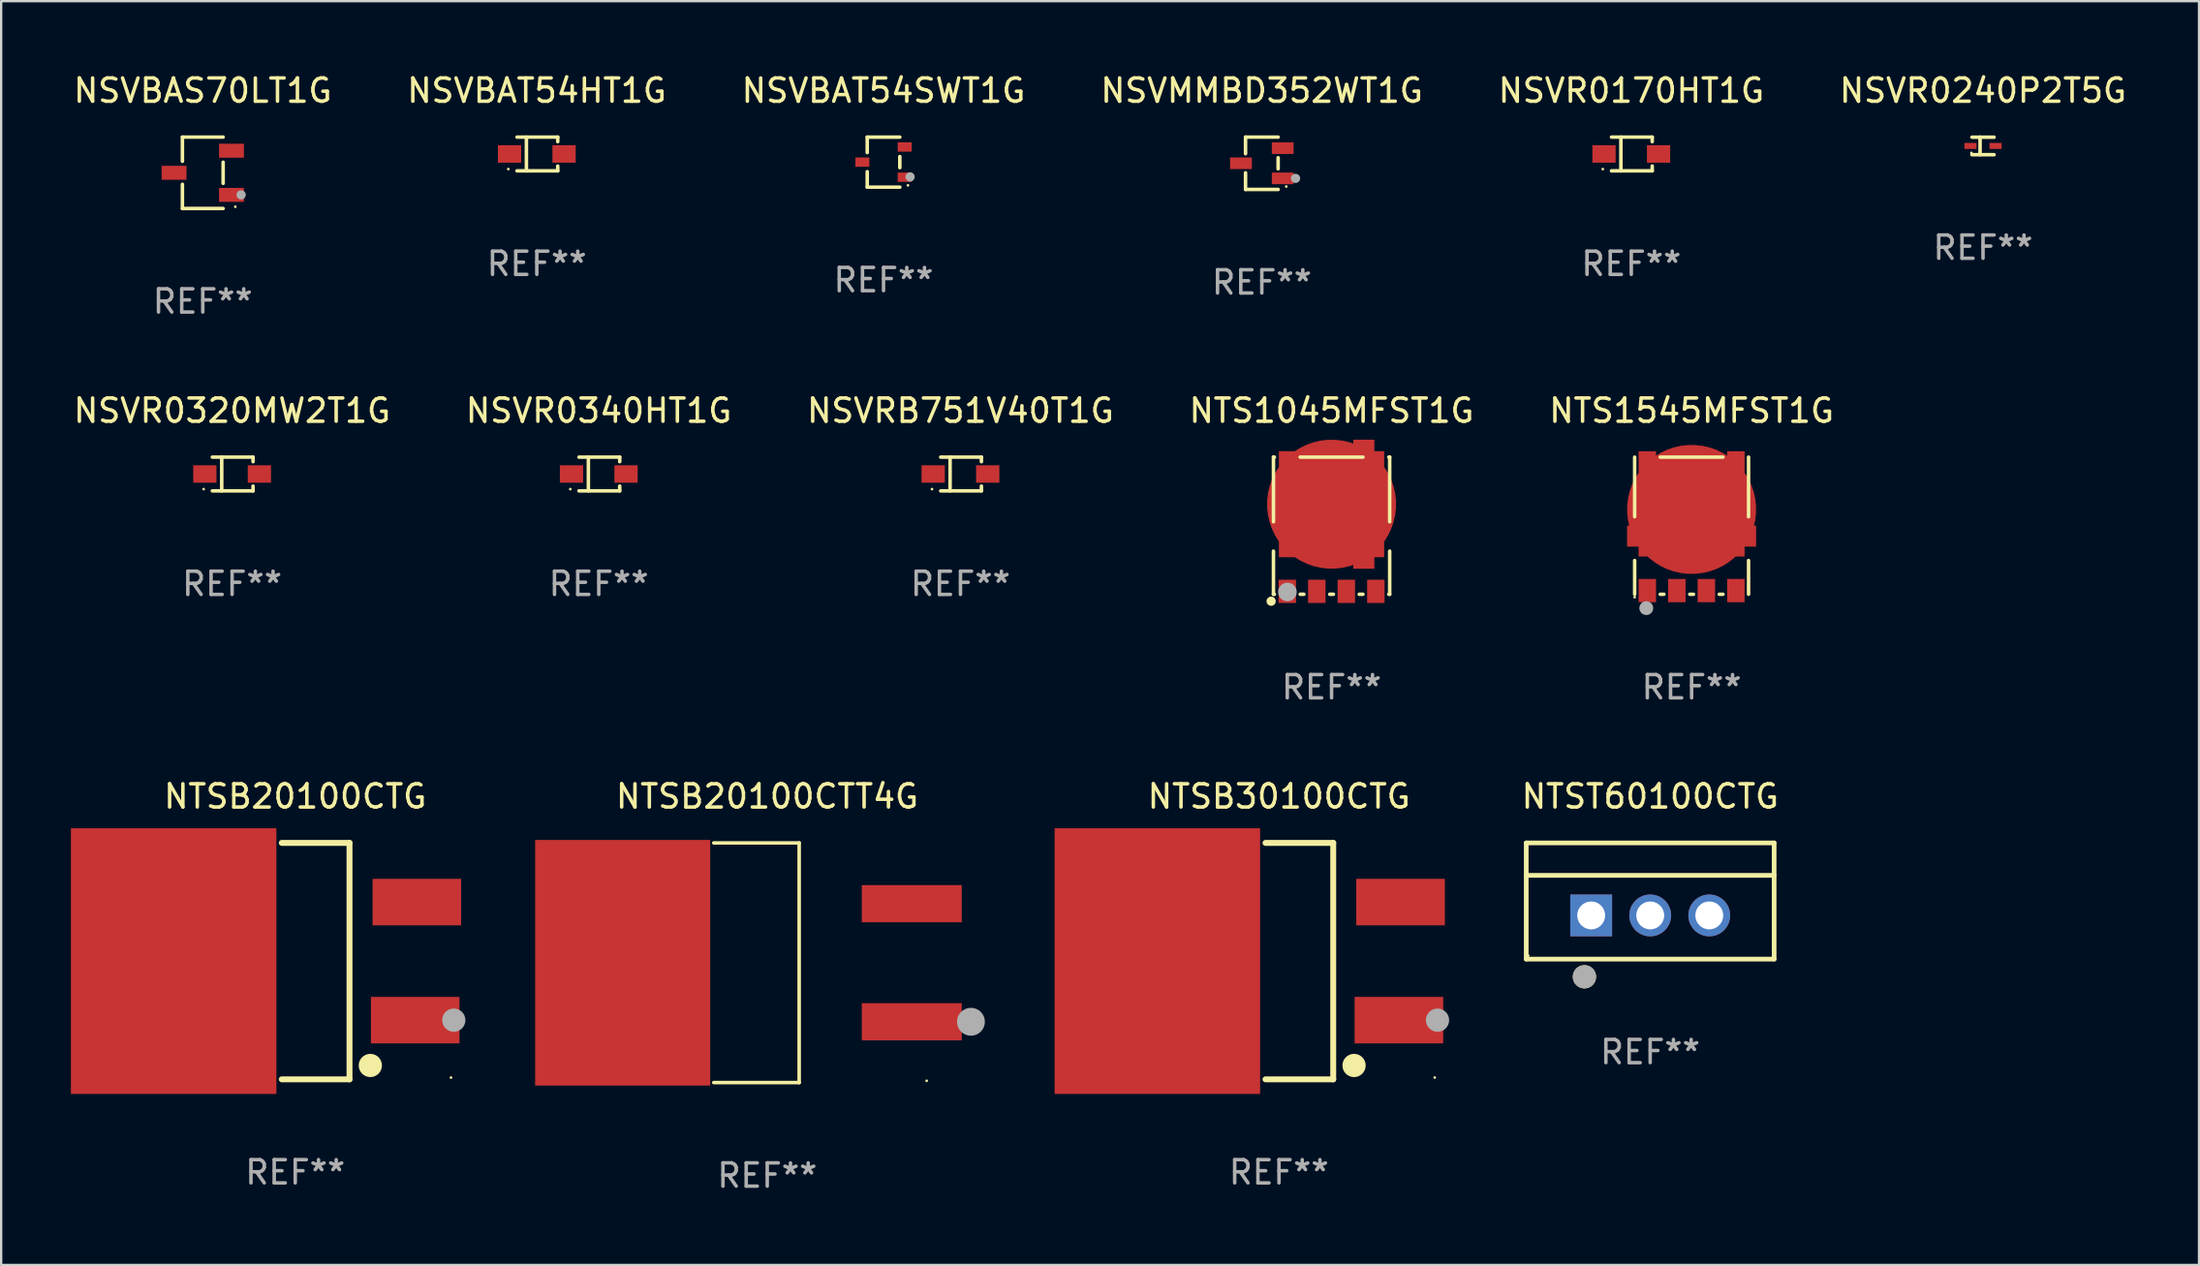
<source format=kicad_pcb>
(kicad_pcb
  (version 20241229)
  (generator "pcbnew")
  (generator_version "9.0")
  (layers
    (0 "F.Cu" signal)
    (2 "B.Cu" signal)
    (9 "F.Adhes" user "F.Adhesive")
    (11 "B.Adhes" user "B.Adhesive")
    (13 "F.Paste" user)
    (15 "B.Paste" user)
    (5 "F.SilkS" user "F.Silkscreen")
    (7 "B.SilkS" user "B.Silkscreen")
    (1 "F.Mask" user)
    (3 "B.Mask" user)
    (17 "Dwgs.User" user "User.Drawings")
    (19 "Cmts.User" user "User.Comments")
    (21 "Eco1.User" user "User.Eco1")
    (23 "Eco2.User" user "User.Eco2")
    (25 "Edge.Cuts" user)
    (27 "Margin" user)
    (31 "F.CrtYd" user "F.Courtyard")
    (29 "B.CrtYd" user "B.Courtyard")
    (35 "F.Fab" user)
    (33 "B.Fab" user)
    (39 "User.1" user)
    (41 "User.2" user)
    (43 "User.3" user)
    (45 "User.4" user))
  (footprint "NSVR0320MW2T1G"
    (layer "F.Cu")
    (at 6.935 17.343)
    (property "Reference" "NSVR0320MW2T1G" (at 0 -2.726 0) (layer "F.SilkS") (effects (font (size 1 1) (thickness 0.15))))
    (attr through_hole)
    (fp_line (start -0.851 -0.726) (end 0.901 -0.726) (stroke (width 0.152) (type solid)) (layer "F.SilkS"))
    (fp_line (start -0.851 0.726) (end 0.901 0.726) (stroke (width 0.152) (type solid)) (layer "F.SilkS"))
    (fp_line (start -0.447 -0.726) (end -0.447 0.726) (stroke (width 0.152) (type solid)) (layer "F.SilkS"))
    (fp_line (start 0.901 -0.726) (end 0.901 -0.53) (stroke (width 0.152) (type solid)) (layer "F.SilkS"))
    (fp_line (start 0.901 0.726) (end 0.901 0.52) (stroke (width 0.152) (type solid)) (layer "F.SilkS"))
    (fp_circle (center -1.225 0.65) (end -1.195 0.65) (stroke (width 0.06) (type solid)) (fill no) (layer "F.SilkS"))
    (fp_text user "REF**" (at 0 4.726 0) (layer "F.Fab") (effects (font (size 1 1) (thickness 0.15))))
    (pad "1" smd rect (at -1.173 0) (size 1 0.75) (layers "F.Cu" "F.Mask" "F.Paste"))
    (pad "2" smd rect (at 1.173 0) (size 1 0.75) (layers "F.Cu" "F.Mask" "F.Paste")))
  (footprint "NTS1045MFST1G"
    (layer "F.Cu")
    (at 54.232 19.567)
    (property "Reference" "NTS1045MFST1G" (at 0 -4.95 0) (layer "F.SilkS") (effects (font (size 1 1) (thickness 0.15))))
    (attr through_hole)
    (fp_line (start -2.5 -2.95) (end -2.46 -2.95) (stroke (width 0.152) (type solid)) (layer "F.SilkS"))
    (fp_line (start -2.5 -0.17) (end -2.5 -2.95) (stroke (width 0.152) (type solid)) (layer "F.SilkS"))
    (fp_line (start -2.5 2.95) (end -2.5 1.095) (stroke (width 0.152) (type solid)) (layer "F.SilkS"))
    (fp_line (start -2.46 2.95) (end -2.5 2.95) (stroke (width 0.152) (type solid)) (layer "F.SilkS"))
    (fp_line (start -1.35 -2.95) (end 1.35 -2.95) (stroke (width 0.152) (type solid)) (layer "F.SilkS"))
    (fp_line (start -1.19 2.95) (end -1.35 2.95) (stroke (width 0.152) (type solid)) (layer "F.SilkS"))
    (fp_line (start 0.08 2.95) (end -0.08 2.95) (stroke (width 0.152) (type solid)) (layer "F.SilkS"))
    (fp_line (start 1.35 2.95) (end 1.19 2.95) (stroke (width 0.152) (type solid)) (layer "F.SilkS"))
    (fp_line (start 2.46 -2.95) (end 2.5 -2.95) (stroke (width 0.152) (type solid)) (layer "F.SilkS"))
    (fp_line (start 2.5 -2.95) (end 2.5 -0.17) (stroke (width 0.152) (type solid)) (layer "F.SilkS"))
    (fp_line (start 2.5 1.095) (end 2.5 2.95) (stroke (width 0.152) (type solid)) (layer "F.SilkS"))
    (fp_line (start 2.5 2.95) (end 2.46 2.95) (stroke (width 0.152) (type solid)) (layer "F.SilkS"))
    (fp_circle (center -2.6 3.25) (end -2.5 3.25) (stroke (width 0.2) (type solid)) (fill no) (layer "F.SilkS"))
    (fp_circle (center -2.575 3.123) (end -2.545 3.123) (stroke (width 0.06) (type solid)) (fill no) (layer "F.SilkS"))
    (fp_circle (center -1.9 2.85) (end -1.7 2.85) (stroke (width 0.4) (type solid)) (fill no) (layer "F.Fab"))
    (fp_text user "REF**" (at 0 6.95 0) (layer "F.Fab") (effects (font (size 1 1) (thickness 0.15))))
    (pad "1" smd rect (at -1.905 2.825) (size 0.75 1) (layers "F.Cu" "F.Mask" "F.Paste"))
    (pad "2" smd rect (at -0.635 2.825) (size 0.75 1) (layers "F.Cu" "F.Mask" "F.Paste"))
    (pad "3" smd rect (at 0.635 2.825) (size 0.75 1) (layers "F.Cu" "F.Mask" "F.Paste"))
    (pad "4" smd rect (at 1.905 2.825) (size 0.75 1) (layers "F.Cu" "F.Mask" "F.Paste"))
    (pad "5" smd custom (at 0 -0.925 90) (size 5.55 4.53) (layers "F.Cu" "F.Mask" "F.Paste") (options (anchor circle)) (primitives (gr_poly (pts (xy -2.28 2.265) (xy -2.28 1.84) (xy -2.775 1.84) (xy -2.775 0.935) (xy -2.28 0.935) (xy -2.28 -2.265) (xy -1.53 -2.265) (xy -1.53 -1.765) (xy 1.53 -1.765) (xy 1.53 -2.265) (xy 2.28 -2.265) (xy 2.28 0.935) (xy 2.775 0.935) (xy 2.775 1.84) (xy 2.28 1.84) (xy 2.28 2.265)) (width 0) (fill yes)))))
  (footprint "NSVBAT54SWT1G"
    (layer "F.Cu")
    (at 34.958 3.925)
    (property "Reference" "NSVBAT54SWT1G" (at 0 -3.076 0) (layer "F.SilkS") (effects (font (size 1 1) (thickness 0.15))))
    (attr through_hole)
    (fp_line (start -0.701 -1.076) (end -0.701 -0.411) (stroke (width 0.152) (type solid)) (layer "F.SilkS"))
    (fp_line (start -0.701 1.076) (end -0.701 0.411) (stroke (width 0.152) (type solid)) (layer "F.SilkS"))
    (fp_line (start 0.701 -1.076) (end -0.701 -1.076) (stroke (width 0.152) (type solid)) (layer "F.SilkS"))
    (fp_line (start 0.701 -0.239) (end 0.701 0.239) (stroke (width 0.152) (type solid)) (layer "F.SilkS"))
    (fp_line (start 0.701 1.076) (end -0.701 1.076) (stroke (width 0.152) (type solid)) (layer "F.SilkS"))
    (fp_circle (center 1.05 1) (end 1.08 1) (stroke (width 0.06) (type solid)) (fill no) (layer "F.SilkS"))
    (fp_circle (center 1.143 0.635) (end 1.243 0.635) (stroke (width 0.2) (type solid)) (fill no) (layer "F.Fab"))
    (fp_text user "REF**" (at 0 5.076 0) (layer "F.Fab") (effects (font (size 1 1) (thickness 0.15))))
    (pad "1" smd rect (at 0.91 0.65) (size 0.6 0.4) (layers "F.Cu" "F.Mask" "F.Paste"))
    (pad "2" smd rect (at 0.91 -0.65) (size 0.6 0.4) (layers "F.Cu" "F.Mask" "F.Paste"))
    (pad "3" smd rect (at -0.91 0) (size 0.6 0.4) (layers "F.Cu" "F.Mask" "F.Paste")))
  (footprint "NTST60100CTG"
    (layer "F.Cu")
    (at 67.938 35.714)
    (property "Reference" "NTST60100CTG" (at 0 -4.5 0) (layer "F.SilkS") (effects (font (size 1 1) (thickness 0.15))))
    (attr through_hole)
    (fp_line (start -5.332 2.5) (end -5.332 -2.5) (stroke (width 0.201) (type solid)) (layer "F.SilkS"))
    (fp_line (start -5.328 -2.5) (end 5.332 -2.5) (stroke (width 0.201) (type solid)) (layer "F.SilkS"))
    (fp_line (start -5.328 -1.104) (end 5.332 -1.104) (stroke (width 0.201) (type solid)) (layer "F.SilkS"))
    (fp_line (start 5.332 -2.5) (end 5.332 2.5) (stroke (width 0.201) (type solid)) (layer "F.SilkS"))
    (fp_line (start 5.332 2.5) (end -5.332 2.5) (stroke (width 0.201) (type solid)) (layer "F.SilkS"))
    (fp_circle (center -5.248 2.35) (end -5.218 2.35) (stroke (width 0.06) (type solid)) (fill no) (layer "F.SilkS"))
    (fp_circle (center -2.828 3.26) (end -2.578 3.26) (stroke (width 0.5) (type solid)) (fill no) (layer "F.SilkS"))
    (fp_circle (center -2.828 3.26) (end -2.578 3.26) (stroke (width 0.5) (type solid)) (fill no) (layer "F.Fab"))
    (fp_text user "REF**" (at 0 6.5 0) (layer "F.Fab") (effects (font (size 1 1) (thickness 0.15))))
    (pad "1" thru_hole rect (at -2.538 0.62) (size 1.8 1.8) (drill 1.2) (layers "*.Cu" "*.Mask"))
    (pad "2" thru_hole circle (at 0.002 0.62) (size 1.8 1.8) (drill 1.2) (layers "*.Cu" "*.Mask"))
    (pad "3" thru_hole circle (at 2.542 0.62) (size 1.8 1.8) (drill 1.2) (layers "*.Cu" "*.Mask")))
  (footprint "NTSB30100CTG"
    (layer "F.Cu")
    (at 51.969 38.3)
    (property "Reference" "NTSB30100CTG" (at 0 -7.086 0) (layer "F.SilkS") (effects (font (size 1 1) (thickness 0.15))))
    (attr through_hole)
    (fp_line (start 2.334 -5.086) (end -0.58 -5.086) (stroke (width 0.254) (type solid)) (layer "F.SilkS"))
    (fp_line (start 2.334 -5.086) (end 2.334 5.086) (stroke (width 0.254) (type solid)) (layer "F.SilkS"))
    (fp_line (start 2.334 5.086) (end -0.58 5.086) (stroke (width 0.254) (type solid)) (layer "F.SilkS"))
    (fp_circle (center 3.23 4.49) (end 3.48 4.49) (stroke (width 0.5) (type solid)) (fill no) (layer "F.SilkS"))
    (fp_circle (center 6.7 5.01) (end 6.73 5.01) (stroke (width 0.06) (type solid)) (fill no) (layer "F.SilkS"))
    (fp_circle (center 6.82 2.54) (end 7.07 2.54) (stroke (width 0.5) (type solid)) (fill no) (layer "F.Fab"))
    (fp_text user "REF**" (at 0 9.086 0) (layer "F.Fab") (effects (font (size 1 1) (thickness 0.15))))
    (pad "1" smd rect (at 5.16 2.54) (size 3.81 2) (layers "F.Cu" "F.Mask" "F.Paste"))
    (pad "3" smd rect (at 5.231 -2.54) (size 3.81 2) (layers "F.Cu" "F.Mask" "F.Paste"))
    (pad "4" smd rect (at -5.231 0) (size 8.84 11.43) (layers "F.Cu" "F.Mask" "F.Paste")))
  (footprint "NSVBAS70LT1G"
    (layer "F.Cu")
    (at 5.673 4.384)
    (property "Reference" "NSVBAS70LT1G" (at 0 -3.536 0) (layer "F.SilkS") (effects (font (size 1 1) (thickness 0.15))))
    (attr through_hole)
    (fp_line (start -0.876 -1.536) (end -0.876 -0.495) (stroke (width 0.152) (type solid)) (layer "F.SilkS"))
    (fp_line (start -0.876 1.536) (end -0.876 0.495) (stroke (width 0.152) (type solid)) (layer "F.SilkS"))
    (fp_line (start 0.876 -1.536) (end -0.876 -1.536) (stroke (width 0.152) (type solid)) (layer "F.SilkS"))
    (fp_line (start 0.876 -0.455) (end 0.876 0.455) (stroke (width 0.152) (type solid)) (layer "F.SilkS"))
    (fp_line (start 0.876 1.536) (end -0.876 1.536) (stroke (width 0.152) (type solid)) (layer "F.SilkS"))
    (fp_circle (center 1.4 1.46) (end 1.43 1.46) (stroke (width 0.06) (type solid)) (fill no) (layer "F.SilkS"))
    (fp_circle (center 1.651 0.95) (end 1.751 0.95) (stroke (width 0.2) (type solid)) (fill no) (layer "F.Fab"))
    (fp_text user "REF**" (at 0 5.536 0) (layer "F.Fab") (effects (font (size 1 1) (thickness 0.15))))
    (pad "1" smd rect (at 1.235 0.95) (size 1.07 0.6) (layers "F.Cu" "F.Mask" "F.Paste"))
    (pad "2" smd rect (at 1.235 -0.95) (size 1.07 0.6) (layers "F.Cu" "F.Mask" "F.Paste"))
    (pad "3" smd rect (at -1.235 0) (size 1.07 0.6) (layers "F.Cu" "F.Mask" "F.Paste")))
  (footprint "NSVR0170HT1G"
    (layer "F.Cu")
    (at 67.125 3.574)
    (property "Reference" "NSVR0170HT1G" (at 0 -2.726 0) (layer "F.SilkS") (effects (font (size 1 1) (thickness 0.15))))
    (attr through_hole)
    (fp_line (start -0.851 -0.726) (end 0.901 -0.726) (stroke (width 0.152) (type solid)) (layer "F.SilkS"))
    (fp_line (start -0.851 0.726) (end 0.901 0.726) (stroke (width 0.152) (type solid)) (layer "F.SilkS"))
    (fp_line (start -0.447 -0.726) (end -0.447 0.726) (stroke (width 0.152) (type solid)) (layer "F.SilkS"))
    (fp_line (start 0.901 -0.726) (end 0.901 -0.53) (stroke (width 0.152) (type solid)) (layer "F.SilkS"))
    (fp_line (start 0.901 0.726) (end 0.901 0.52) (stroke (width 0.152) (type solid)) (layer "F.SilkS"))
    (fp_circle (center -1.225 0.65) (end -1.195 0.65) (stroke (width 0.06) (type solid)) (fill no) (layer "F.SilkS"))
    (fp_text user "REF**" (at 0 4.726 0) (layer "F.Fab") (effects (font (size 1 1) (thickness 0.15))))
    (pad "1" smd rect (at -1.173 0) (size 1 0.75) (layers "F.Cu" "F.Mask" "F.Paste"))
    (pad "2" smd rect (at 1.173 0) (size 1 0.75) (layers "F.Cu" "F.Mask" "F.Paste")))
  (footprint "NTSB20100CTT4G"
    (layer "F.Cu")
    (at 29.955 38.37)
    (property "Reference" "NTSB20100CTT4G" (at 0 -7.156 0) (layer "F.SilkS") (effects (font (size 1 1) (thickness 0.15))))
    (attr through_hole)
    (fp_line (start -2.3 -5.156) (end 1.374 -5.156) (stroke (width 0.152) (type solid)) (layer "F.SilkS"))
    (fp_line (start -2.3 5.156) (end 1.374 5.156) (stroke (width 0.152) (type solid)) (layer "F.SilkS"))
    (fp_line (start 1.374 5.156) (end 1.374 -5.156) (stroke (width 0.152) (type solid)) (layer "F.SilkS"))
    (fp_circle (center 6.858 5.08) (end 6.888 5.08) (stroke (width 0.06) (type solid)) (fill no) (layer "F.SilkS"))
    (fp_circle (center 8.763 2.54) (end 9.063 2.54) (stroke (width 0.6) (type solid)) (fill no) (layer "F.Fab"))
    (fp_text user "REF**" (at 0 9.156 0) (layer "F.Fab") (effects (font (size 1 1) (thickness 0.15))))
    (pad "1" smd rect (at 6.218 2.54 180) (size 4.3 1.6) (layers "F.Cu" "F.Mask" "F.Paste"))
    (pad "2" smd rect (at -6.218 0 180) (size 7.532 10.566) (layers "F.Cu" "F.Mask" "F.Paste"))
    (pad "3" smd rect (at 6.218 -2.54 180) (size 4.3 1.6) (layers "F.Cu" "F.Mask" "F.Paste")))
  (footprint "NSVRB751V40T1G"
    (layer "F.Cu")
    (at 38.268 17.343)
    (property "Reference" "NSVRB751V40T1G" (at 0 -2.726 0) (layer "F.SilkS") (effects (font (size 1 1) (thickness 0.15))))
    (attr through_hole)
    (fp_line (start -0.851 -0.726) (end 0.901 -0.726) (stroke (width 0.152) (type solid)) (layer "F.SilkS"))
    (fp_line (start -0.851 0.726) (end 0.901 0.726) (stroke (width 0.152) (type solid)) (layer "F.SilkS"))
    (fp_line (start -0.447 -0.726) (end -0.447 0.726) (stroke (width 0.152) (type solid)) (layer "F.SilkS"))
    (fp_line (start 0.901 -0.726) (end 0.901 -0.53) (stroke (width 0.152) (type solid)) (layer "F.SilkS"))
    (fp_line (start 0.901 0.726) (end 0.901 0.52) (stroke (width 0.152) (type solid)) (layer "F.SilkS"))
    (fp_circle (center -1.225 0.65) (end -1.195 0.65) (stroke (width 0.06) (type solid)) (fill no) (layer "F.SilkS"))
    (fp_text user "REF**" (at 0 4.726 0) (layer "F.Fab") (effects (font (size 1 1) (thickness 0.15))))
    (pad "1" smd rect (at -1.173 0) (size 1 0.75) (layers "F.Cu" "F.Mask" "F.Paste"))
    (pad "2" smd rect (at 1.173 0) (size 1 0.75) (layers "F.Cu" "F.Mask" "F.Paste")))
  (footprint "NTSB20100CTG"
    (layer "F.Cu")
    (at 9.651 38.3)
    (property "Reference" "NTSB20100CTG" (at 0 -7.086 0) (layer "F.SilkS") (effects (font (size 1 1) (thickness 0.15))))
    (attr through_hole)
    (fp_line (start 2.334 -5.086) (end -0.58 -5.086) (stroke (width 0.254) (type solid)) (layer "F.SilkS"))
    (fp_line (start 2.334 -5.086) (end 2.334 5.086) (stroke (width 0.254) (type solid)) (layer "F.SilkS"))
    (fp_line (start 2.334 5.086) (end -0.58 5.086) (stroke (width 0.254) (type solid)) (layer "F.SilkS"))
    (fp_circle (center 3.23 4.49) (end 3.48 4.49) (stroke (width 0.5) (type solid)) (fill no) (layer "F.SilkS"))
    (fp_circle (center 6.7 5.01) (end 6.73 5.01) (stroke (width 0.06) (type solid)) (fill no) (layer "F.SilkS"))
    (fp_circle (center 6.82 2.54) (end 7.07 2.54) (stroke (width 0.5) (type solid)) (fill no) (layer "F.Fab"))
    (fp_text user "REF**" (at 0 9.086 0) (layer "F.Fab") (effects (font (size 1 1) (thickness 0.15))))
    (pad "1" smd rect (at 5.16 2.54) (size 3.81 2) (layers "F.Cu" "F.Mask" "F.Paste"))
    (pad "3" smd rect (at 5.231 -2.54) (size 3.81 2) (layers "F.Cu" "F.Mask" "F.Paste"))
    (pad "4" smd rect (at -5.231 0) (size 8.84 11.43) (layers "F.Cu" "F.Mask" "F.Paste")))
  (footprint "NTS1545MFST1G"
    (layer "F.Cu")
    (at 69.72 19.567)
    (property "Reference" "NTS1545MFST1G" (at 0 -4.95 0) (layer "F.SilkS") (effects (font (size 1 1) (thickness 0.15))))
    (attr through_hole)
    (fp_line (start -2.45 -2.95) (end -2.45 -0.384) (stroke (width 0.15) (type solid)) (layer "F.SilkS"))
    (fp_line (start -2.45 1.497) (end -2.45 2.95) (stroke (width 0.15) (type solid)) (layer "F.SilkS"))
    (fp_line (start -1.351 -2.95) (end 1.351 -2.95) (stroke (width 0.15) (type solid)) (layer "F.SilkS"))
    (fp_line (start -1.351 2.95) (end -1.189 2.95) (stroke (width 0.15) (type solid)) (layer "F.SilkS"))
    (fp_line (start -0.081 2.95) (end 0.081 2.95) (stroke (width 0.15) (type solid)) (layer "F.SilkS"))
    (fp_line (start 1.189 2.95) (end 1.351 2.95) (stroke (width 0.15) (type solid)) (layer "F.SilkS"))
    (fp_line (start 2.45 -2.95) (end 2.45 -0.384) (stroke (width 0.15) (type solid)) (layer "F.SilkS"))
    (fp_line (start 2.45 1.497) (end 2.45 2.95) (stroke (width 0.15) (type solid)) (layer "F.SilkS"))
    (fp_circle (center -2.45 3.075) (end -2.42 3.075) (stroke (width 0.06) (type solid)) (fill no) (layer "F.SilkS"))
    (fp_circle (center -1.95 3.546) (end -1.8 3.546) (stroke (width 0.3) (type solid)) (fill no) (layer "F.Fab"))
    (fp_text user "REF**" (at 0 6.95 0) (layer "F.Fab") (effects (font (size 1 1) (thickness 0.15))))
    (pad "1" smd rect (at -1.905 2.792) (size 0.75 1) (layers "F.Cu" "F.Mask" "F.Paste"))
    (pad "2" smd rect (at -0.635 2.792) (size 0.75 1) (layers "F.Cu" "F.Mask" "F.Paste"))
    (pad "3" smd rect (at 0.635 2.792) (size 0.75 1) (layers "F.Cu" "F.Mask" "F.Paste"))
    (pad "4" smd rect (at 1.905 2.792) (size 0.75 1) (layers "F.Cu" "F.Mask" "F.Paste"))
    (pad "5" smd custom (at 0.000013 -0.7) (size 5.55 4.53) (layers "F.Cu" "F.Mask" "F.Paste") (options (anchor circle)) (primitives (gr_poly (pts (xy -2.28 -2.503) (xy -2.28 0.697) (xy -2.775 0.697) (xy -2.775 1.602) (xy -2.28 1.602) (xy -2.28 2.027) (xy 2.28 2.027) (xy 2.28 1.602) (xy 2.775 1.602) (xy 2.775 0.697) (xy 2.28 0.697) (xy 2.28 -2.503) (xy 1.53 -2.503) (xy 1.53 -2.028) (xy -1.53 -2.028) (xy -1.53 -2.503)) (width 0) (fill yes)))))
  (footprint "NSVMMBD352WT1G"
    (layer "F.Cu")
    (at 51.232 3.974)
    (property "Reference" "NSVMMBD352WT1G" (at 0 -3.126 0) (layer "F.SilkS") (effects (font (size 1 1) (thickness 0.15))))
    (attr through_hole)
    (fp_line (start -0.701 -1.126) (end -0.701 -0.411) (stroke (width 0.152) (type solid)) (layer "F.SilkS"))
    (fp_line (start -0.701 1.126) (end -0.701 0.411) (stroke (width 0.152) (type solid)) (layer "F.SilkS"))
    (fp_line (start 0.701 -1.126) (end -0.701 -1.126) (stroke (width 0.152) (type solid)) (layer "F.SilkS"))
    (fp_line (start 0.701 -0.239) (end 0.701 0.239) (stroke (width 0.152) (type solid)) (layer "F.SilkS"))
    (fp_line (start 0.701 1.126) (end -0.701 1.126) (stroke (width 0.152) (type solid)) (layer "F.SilkS"))
    (fp_circle (center 1.05 1) (end 1.08 1) (stroke (width 0.06) (type solid)) (fill no) (layer "F.SilkS"))
    (fp_circle (center 1.45 0.65) (end 1.55 0.65) (stroke (width 0.2) (type solid)) (fill no) (layer "F.Fab"))
    (fp_text user "REF**" (at 0 5.126 0) (layer "F.Fab") (effects (font (size 1 1) (thickness 0.15))))
    (pad "1" smd rect (at 0.898 0.65) (size 0.936 0.5) (layers "F.Cu" "F.Mask" "F.Paste"))
    (pad "2" smd rect (at 0.898 -0.65) (size 0.936 0.5) (layers "F.Cu" "F.Mask" "F.Paste"))
    (pad "3" smd rect (at -0.898 0) (size 0.936 0.5) (layers "F.Cu" "F.Mask" "F.Paste")))
  (footprint "NSVR0340HT1G"
    (layer "F.Cu")
    (at 22.708 17.343)
    (property "Reference" "NSVR0340HT1G" (at 0 -2.726 0) (layer "F.SilkS") (effects (font (size 1 1) (thickness 0.15))))
    (attr through_hole)
    (fp_line (start -0.851 -0.726) (end 0.901 -0.726) (stroke (width 0.152) (type solid)) (layer "F.SilkS"))
    (fp_line (start -0.851 0.726) (end 0.901 0.726) (stroke (width 0.152) (type solid)) (layer "F.SilkS"))
    (fp_line (start -0.447 -0.726) (end -0.447 0.726) (stroke (width 0.152) (type solid)) (layer "F.SilkS"))
    (fp_line (start 0.901 -0.726) (end 0.901 -0.53) (stroke (width 0.152) (type solid)) (layer "F.SilkS"))
    (fp_line (start 0.901 0.726) (end 0.901 0.52) (stroke (width 0.152) (type solid)) (layer "F.SilkS"))
    (fp_circle (center -1.225 0.65) (end -1.195 0.65) (stroke (width 0.06) (type solid)) (fill no) (layer "F.SilkS"))
    (fp_text user "REF**" (at 0 4.726 0) (layer "F.Fab") (effects (font (size 1 1) (thickness 0.15))))
    (pad "1" smd rect (at -1.173 0) (size 1 0.75) (layers "F.Cu" "F.Mask" "F.Paste"))
    (pad "2" smd rect (at 1.173 0) (size 1 0.75) (layers "F.Cu" "F.Mask" "F.Paste")))
  (footprint "NSVBAT54HT1G"
    (layer "F.Cu")
    (at 20.042 3.574)
    (property "Reference" "NSVBAT54HT1G" (at 0 -2.726 0) (layer "F.SilkS") (effects (font (size 1 1) (thickness 0.15))))
    (attr through_hole)
    (fp_line (start -0.851 -0.726) (end 0.901 -0.726) (stroke (width 0.152) (type solid)) (layer "F.SilkS"))
    (fp_line (start -0.851 0.726) (end 0.901 0.726) (stroke (width 0.152) (type solid)) (layer "F.SilkS"))
    (fp_line (start -0.447 -0.726) (end -0.447 0.726) (stroke (width 0.152) (type solid)) (layer "F.SilkS"))
    (fp_line (start 0.901 -0.726) (end 0.901 -0.53) (stroke (width 0.152) (type solid)) (layer "F.SilkS"))
    (fp_line (start 0.901 0.726) (end 0.901 0.52) (stroke (width 0.152) (type solid)) (layer "F.SilkS"))
    (fp_circle (center -1.225 0.65) (end -1.195 0.65) (stroke (width 0.06) (type solid)) (fill no) (layer "F.SilkS"))
    (fp_text user "REF**" (at 0 4.726 0) (layer "F.Fab") (effects (font (size 1 1) (thickness 0.15))))
    (pad "1" smd rect (at -1.173 0) (size 1 0.75) (layers "F.Cu" "F.Mask" "F.Paste"))
    (pad "2" smd rect (at 1.173 0) (size 1 0.75) (layers "F.Cu" "F.Mask" "F.Paste")))
  (footprint "NSVR0240P2T5G"
    (layer "F.Cu")
    (at 82.256 3.227)
    (property "Reference" "NSVR0240P2T5G" (at 0 -2.379 0) (layer "F.SilkS") (effects (font (size 1 1) (thickness 0.15))))
    (attr through_hole)
    (fp_line (start -0.476 -0.374) (end 0.476 -0.374) (stroke (width 0.152) (type solid)) (layer "F.SilkS"))
    (fp_line (start -0.476 0.379) (end 0.476 0.379) (stroke (width 0.152) (type solid)) (layer "F.SilkS"))
    (fp_line (start -0.127 -0.379) (end -0.127 0.374) (stroke (width 0.152) (type solid)) (layer "F.SilkS"))
    (fp_circle (center -0.5 0.302) (end -0.47 0.302) (stroke (width 0.06) (type solid)) (fill no) (layer "F.SilkS"))
    (fp_text user "REF**" (at 0 4.379 0) (layer "F.Fab") (effects (font (size 1 1) (thickness 0.15))))
    (pad "1" smd rect (at -0.54 0.002 180) (size 0.52 0.26) (layers "F.Cu" "F.Mask" "F.Paste"))
    (pad "2" smd rect (at 0.54 0.002 180) (size 0.52 0.26) (layers "F.Cu" "F.Mask" "F.Paste")))
  (gr_rect
    (start -3 -3)
    (end 91.548 51.374)
    (stroke (width 0.1) (type default))
    (fill no)
    (layer "Edge.Cuts")))
</source>
